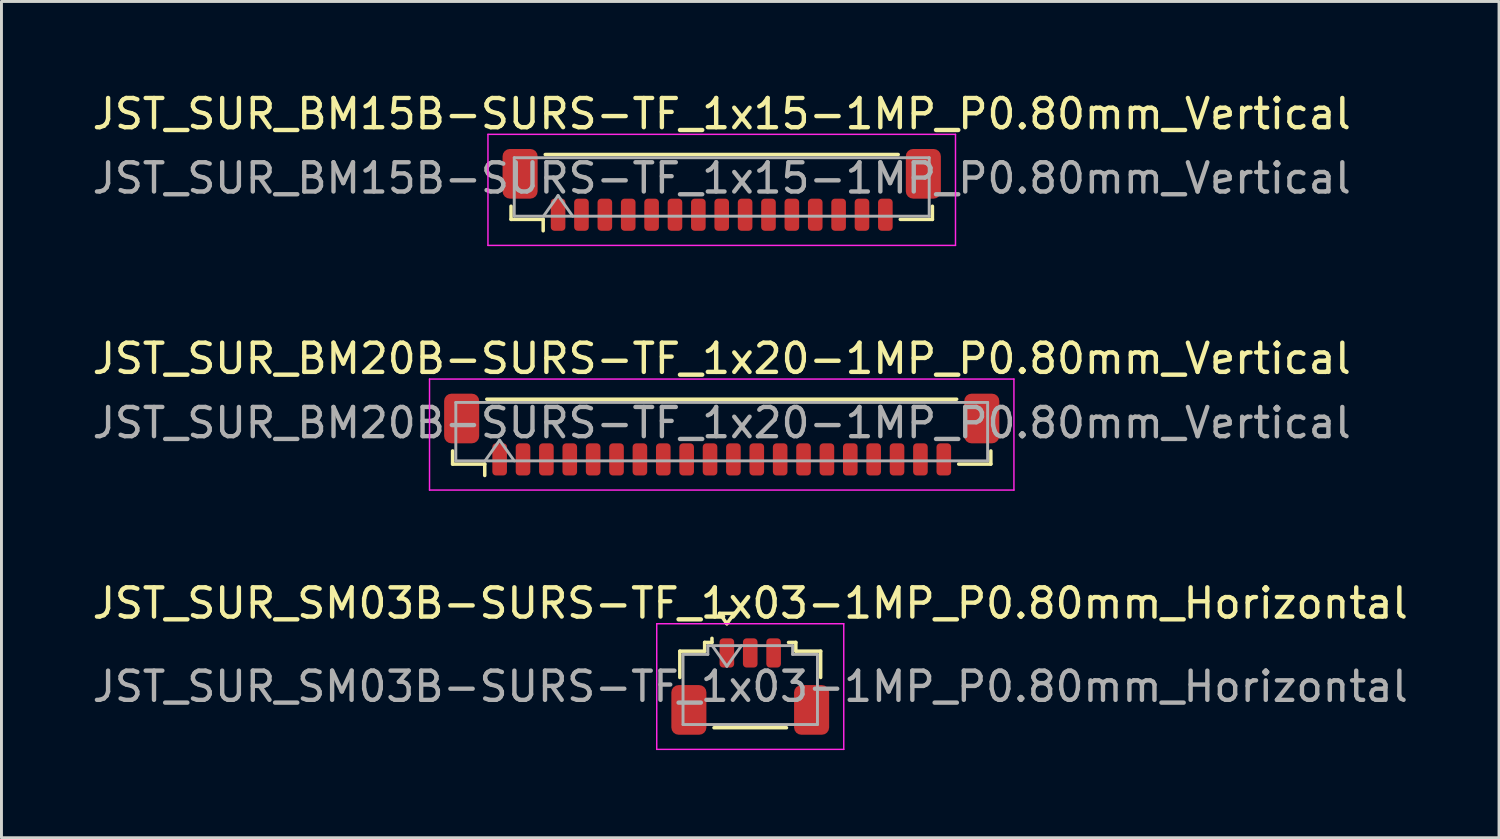
<source format=kicad_pcb>
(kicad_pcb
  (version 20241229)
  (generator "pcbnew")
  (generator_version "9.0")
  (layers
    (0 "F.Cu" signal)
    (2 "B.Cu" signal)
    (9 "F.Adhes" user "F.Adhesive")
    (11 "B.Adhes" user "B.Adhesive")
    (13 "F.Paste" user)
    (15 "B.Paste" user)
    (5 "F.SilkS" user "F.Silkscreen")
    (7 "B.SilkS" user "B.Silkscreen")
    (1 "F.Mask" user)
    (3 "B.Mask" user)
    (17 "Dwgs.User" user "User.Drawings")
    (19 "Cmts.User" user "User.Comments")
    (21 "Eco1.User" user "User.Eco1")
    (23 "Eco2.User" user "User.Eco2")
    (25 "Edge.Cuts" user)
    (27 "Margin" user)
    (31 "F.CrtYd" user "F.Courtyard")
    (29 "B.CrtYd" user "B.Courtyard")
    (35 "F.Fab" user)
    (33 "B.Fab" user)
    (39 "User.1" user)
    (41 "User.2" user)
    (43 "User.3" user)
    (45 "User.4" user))
  (footprint "JST_SUR_BM15B-SURS-TF_1x15-1MP_P0.80mm_Vertical"
    (layer "F.Cu")
    (at 21.649 3.448)
    (property "Reference" "JST_SUR_BM15B-SURS-TF_1x15-1MP_P0.80mm_Vertical" (at 0 -2.6 0) (layer "F.SilkS") (effects (font (size 1 1) (thickness 0.15))))
    (attr smd)
    (fp_line (start -7.21 0.56) (end -7.21 1.01) (stroke (width 0.12) (type solid)) (layer "F.SilkS"))
    (fp_line (start -7.21 1.01) (end -6.11 1.01) (stroke (width 0.12) (type solid)) (layer "F.SilkS"))
    (fp_line (start -6.11 1.01) (end -6.11 1.4) (stroke (width 0.12) (type solid)) (layer "F.SilkS"))
    (fp_line (start -6.04 -1.21) (end 6.04 -1.21) (stroke (width 0.12) (type solid)) (layer "F.SilkS"))
    (fp_line (start 7.21 0.56) (end 7.21 1.01) (stroke (width 0.12) (type solid)) (layer "F.SilkS"))
    (fp_line (start 7.21 1.01) (end 6.11 1.01) (stroke (width 0.12) (type solid)) (layer "F.SilkS"))
    (fp_line (start -8 -1.9) (end -8 1.9) (stroke (width 0.05) (type solid)) (layer "F.CrtYd"))
    (fp_line (start -8 1.9) (end 8 1.9) (stroke (width 0.05) (type solid)) (layer "F.CrtYd"))
    (fp_line (start 8 -1.9) (end -8 -1.9) (stroke (width 0.05) (type solid)) (layer "F.CrtYd"))
    (fp_line (start 8 1.9) (end 8 -1.9) (stroke (width 0.05) (type solid)) (layer "F.CrtYd"))
    (fp_line (start -7.1 -1.1) (end 7.1 -1.1) (stroke (width 0.1) (type solid)) (layer "F.Fab"))
    (fp_line (start -7.1 0.9) (end -7.1 -1.1) (stroke (width 0.1) (type solid)) (layer "F.Fab"))
    (fp_line (start -7.1 0.9) (end 7.1 0.9) (stroke (width 0.1) (type solid)) (layer "F.Fab"))
    (fp_line (start -6.1 0.9) (end -5.6 0.193) (stroke (width 0.1) (type solid)) (layer "F.Fab"))
    (fp_line (start -5.6 0.193) (end -5.1 0.9) (stroke (width 0.1) (type solid)) (layer "F.Fab"))
    (fp_line (start 7.1 0.9) (end 7.1 -1.1) (stroke (width 0.1) (type solid)) (layer "F.Fab"))
    (fp_text user "${REFERENCE}" (at 0 -0.4 0) (layer "F.Fab") (effects (font (size 1 1) (thickness 0.15))))
    (pad "1" smd roundrect (at -5.6 0.85) (size 0.5 1.1) (layers "F.Cu" "F.Mask" "F.Paste") (roundrect_rratio 0.25))
    (pad "2" smd roundrect (at -4.8 0.85) (size 0.5 1.1) (layers "F.Cu" "F.Mask" "F.Paste") (roundrect_rratio 0.25))
    (pad "3" smd roundrect (at -4 0.85) (size 0.5 1.1) (layers "F.Cu" "F.Mask" "F.Paste") (roundrect_rratio 0.25))
    (pad "4" smd roundrect (at -3.2 0.85) (size 0.5 1.1) (layers "F.Cu" "F.Mask" "F.Paste") (roundrect_rratio 0.25))
    (pad "5" smd roundrect (at -2.4 0.85) (size 0.5 1.1) (layers "F.Cu" "F.Mask" "F.Paste") (roundrect_rratio 0.25))
    (pad "6" smd roundrect (at -1.6 0.85) (size 0.5 1.1) (layers "F.Cu" "F.Mask" "F.Paste") (roundrect_rratio 0.25))
    (pad "7" smd roundrect (at -0.8 0.85) (size 0.5 1.1) (layers "F.Cu" "F.Mask" "F.Paste") (roundrect_rratio 0.25))
    (pad "8" smd roundrect (at 0 0.85) (size 0.5 1.1) (layers "F.Cu" "F.Mask" "F.Paste") (roundrect_rratio 0.25))
    (pad "9" smd roundrect (at 0.8 0.85) (size 0.5 1.1) (layers "F.Cu" "F.Mask" "F.Paste") (roundrect_rratio 0.25))
    (pad "10" smd roundrect (at 1.6 0.85) (size 0.5 1.1) (layers "F.Cu" "F.Mask" "F.Paste") (roundrect_rratio 0.25))
    (pad "11" smd roundrect (at 2.4 0.85) (size 0.5 1.1) (layers "F.Cu" "F.Mask" "F.Paste") (roundrect_rratio 0.25))
    (pad "12" smd roundrect (at 3.2 0.85) (size 0.5 1.1) (layers "F.Cu" "F.Mask" "F.Paste") (roundrect_rratio 0.25))
    (pad "13" smd roundrect (at 4 0.85) (size 0.5 1.1) (layers "F.Cu" "F.Mask" "F.Paste") (roundrect_rratio 0.25))
    (pad "14" smd roundrect (at 4.8 0.85) (size 0.5 1.1) (layers "F.Cu" "F.Mask" "F.Paste") (roundrect_rratio 0.25))
    (pad "15" smd roundrect (at 5.6 0.85) (size 0.5 1.1) (layers "F.Cu" "F.Mask" "F.Paste") (roundrect_rratio 0.25))
    (pad "MP" smd roundrect (at -6.9 -0.55) (size 1.2 1.7) (layers "F.Cu" "F.Mask" "F.Paste") (roundrect_rratio 0.208))
    (pad "MP" smd roundrect (at 6.9 -0.55) (size 1.2 1.7) (layers "F.Cu" "F.Mask" "F.Paste") (roundrect_rratio 0.208)))
  (footprint "JST_SUR_BM20B-SURS-TF_1x20-1MP_P0.80mm_Vertical"
    (layer "F.Cu")
    (at 21.649 11.822)
    (property "Reference" "JST_SUR_BM20B-SURS-TF_1x20-1MP_P0.80mm_Vertical" (at 0 -2.6 0) (layer "F.SilkS") (effects (font (size 1 1) (thickness 0.15))))
    (attr smd)
    (fp_line (start -9.21 0.56) (end -9.21 1.01) (stroke (width 0.12) (type solid)) (layer "F.SilkS"))
    (fp_line (start -9.21 1.01) (end -8.11 1.01) (stroke (width 0.12) (type solid)) (layer "F.SilkS"))
    (fp_line (start -8.11 1.01) (end -8.11 1.4) (stroke (width 0.12) (type solid)) (layer "F.SilkS"))
    (fp_line (start -8.04 -1.21) (end 8.04 -1.21) (stroke (width 0.12) (type solid)) (layer "F.SilkS"))
    (fp_line (start 9.21 0.56) (end 9.21 1.01) (stroke (width 0.12) (type solid)) (layer "F.SilkS"))
    (fp_line (start 9.21 1.01) (end 8.11 1.01) (stroke (width 0.12) (type solid)) (layer "F.SilkS"))
    (fp_line (start -10 -1.9) (end -10 1.9) (stroke (width 0.05) (type solid)) (layer "F.CrtYd"))
    (fp_line (start -10 1.9) (end 10 1.9) (stroke (width 0.05) (type solid)) (layer "F.CrtYd"))
    (fp_line (start 10 -1.9) (end -10 -1.9) (stroke (width 0.05) (type solid)) (layer "F.CrtYd"))
    (fp_line (start 10 1.9) (end 10 -1.9) (stroke (width 0.05) (type solid)) (layer "F.CrtYd"))
    (fp_line (start -9.1 -1.1) (end 9.1 -1.1) (stroke (width 0.1) (type solid)) (layer "F.Fab"))
    (fp_line (start -9.1 0.9) (end -9.1 -1.1) (stroke (width 0.1) (type solid)) (layer "F.Fab"))
    (fp_line (start -9.1 0.9) (end 9.1 0.9) (stroke (width 0.1) (type solid)) (layer "F.Fab"))
    (fp_line (start -8.1 0.9) (end -7.6 0.193) (stroke (width 0.1) (type solid)) (layer "F.Fab"))
    (fp_line (start -7.6 0.193) (end -7.1 0.9) (stroke (width 0.1) (type solid)) (layer "F.Fab"))
    (fp_line (start 9.1 0.9) (end 9.1 -1.1) (stroke (width 0.1) (type solid)) (layer "F.Fab"))
    (fp_text user "${REFERENCE}" (at 0 -0.4 0) (layer "F.Fab") (effects (font (size 1 1) (thickness 0.15))))
    (pad "1" smd roundrect (at -7.6 0.85) (size 0.5 1.1) (layers "F.Cu" "F.Mask" "F.Paste") (roundrect_rratio 0.25))
    (pad "2" smd roundrect (at -6.8 0.85) (size 0.5 1.1) (layers "F.Cu" "F.Mask" "F.Paste") (roundrect_rratio 0.25))
    (pad "3" smd roundrect (at -6 0.85) (size 0.5 1.1) (layers "F.Cu" "F.Mask" "F.Paste") (roundrect_rratio 0.25))
    (pad "4" smd roundrect (at -5.2 0.85) (size 0.5 1.1) (layers "F.Cu" "F.Mask" "F.Paste") (roundrect_rratio 0.25))
    (pad "5" smd roundrect (at -4.4 0.85) (size 0.5 1.1) (layers "F.Cu" "F.Mask" "F.Paste") (roundrect_rratio 0.25))
    (pad "6" smd roundrect (at -3.6 0.85) (size 0.5 1.1) (layers "F.Cu" "F.Mask" "F.Paste") (roundrect_rratio 0.25))
    (pad "7" smd roundrect (at -2.8 0.85) (size 0.5 1.1) (layers "F.Cu" "F.Mask" "F.Paste") (roundrect_rratio 0.25))
    (pad "8" smd roundrect (at -2 0.85) (size 0.5 1.1) (layers "F.Cu" "F.Mask" "F.Paste") (roundrect_rratio 0.25))
    (pad "9" smd roundrect (at -1.2 0.85) (size 0.5 1.1) (layers "F.Cu" "F.Mask" "F.Paste") (roundrect_rratio 0.25))
    (pad "10" smd roundrect (at -0.4 0.85) (size 0.5 1.1) (layers "F.Cu" "F.Mask" "F.Paste") (roundrect_rratio 0.25))
    (pad "11" smd roundrect (at 0.4 0.85) (size 0.5 1.1) (layers "F.Cu" "F.Mask" "F.Paste") (roundrect_rratio 0.25))
    (pad "12" smd roundrect (at 1.2 0.85) (size 0.5 1.1) (layers "F.Cu" "F.Mask" "F.Paste") (roundrect_rratio 0.25))
    (pad "13" smd roundrect (at 2 0.85) (size 0.5 1.1) (layers "F.Cu" "F.Mask" "F.Paste") (roundrect_rratio 0.25))
    (pad "14" smd roundrect (at 2.8 0.85) (size 0.5 1.1) (layers "F.Cu" "F.Mask" "F.Paste") (roundrect_rratio 0.25))
    (pad "15" smd roundrect (at 3.6 0.85) (size 0.5 1.1) (layers "F.Cu" "F.Mask" "F.Paste") (roundrect_rratio 0.25))
    (pad "16" smd roundrect (at 4.4 0.85) (size 0.5 1.1) (layers "F.Cu" "F.Mask" "F.Paste") (roundrect_rratio 0.25))
    (pad "17" smd roundrect (at 5.2 0.85) (size 0.5 1.1) (layers "F.Cu" "F.Mask" "F.Paste") (roundrect_rratio 0.25))
    (pad "18" smd roundrect (at 6 0.85) (size 0.5 1.1) (layers "F.Cu" "F.Mask" "F.Paste") (roundrect_rratio 0.25))
    (pad "19" smd roundrect (at 6.8 0.85) (size 0.5 1.1) (layers "F.Cu" "F.Mask" "F.Paste") (roundrect_rratio 0.25))
    (pad "20" smd roundrect (at 7.6 0.85) (size 0.5 1.1) (layers "F.Cu" "F.Mask" "F.Paste") (roundrect_rratio 0.25))
    (pad "MP" smd roundrect (at -8.9 -0.55) (size 1.2 1.7) (layers "F.Cu" "F.Mask" "F.Paste") (roundrect_rratio 0.208))
    (pad "MP" smd roundrect (at 8.9 -0.55) (size 1.2 1.7) (layers "F.Cu" "F.Mask" "F.Paste") (roundrect_rratio 0.208)))
  (footprint "JST_SUR_SM03B-SURS-TF_1x03-1MP_P0.80mm_Horizontal"
    (layer "F.Cu")
    (at 22.625 20.445)
    (property "Reference" "JST_SUR_SM03B-SURS-TF_1x03-1MP_P0.80mm_Horizontal" (at 0 -2.85 0) (layer "F.SilkS") (effects (font (size 1 1) (thickness 0.15))))
    (attr smd)
    (fp_line (start -2.41 -1.21) (end -1.56 -1.21) (stroke (width 0.12) (type solid)) (layer "F.SilkS"))
    (fp_line (start -2.41 -0.31) (end -2.41 -1.21) (stroke (width 0.12) (type solid)) (layer "F.SilkS"))
    (fp_line (start -1.56 -1.51) (end -1.31 -1.51) (stroke (width 0.12) (type solid)) (layer "F.SilkS"))
    (fp_line (start -1.56 -1.21) (end -1.56 -1.51) (stroke (width 0.12) (type solid)) (layer "F.SilkS"))
    (fp_line (start -1.31 -1.51) (end -1.31 -1.65) (stroke (width 0.12) (type solid)) (layer "F.SilkS"))
    (fp_line (start -1.24 1.41) (end 1.24 1.41) (stroke (width 0.12) (type solid)) (layer "F.SilkS"))
    (fp_line (start -1.05 -2.504) (end -0.8 -2.15) (stroke (width 0.12) (type solid)) (layer "F.SilkS"))
    (fp_line (start -0.8 -2.15) (end -0.55 -2.504) (stroke (width 0.12) (type solid)) (layer "F.SilkS"))
    (fp_line (start -0.55 -2.504) (end -1.05 -2.504) (stroke (width 0.12) (type solid)) (layer "F.SilkS"))
    (fp_line (start 1.56 -1.51) (end 1.31 -1.51) (stroke (width 0.12) (type solid)) (layer "F.SilkS"))
    (fp_line (start 1.56 -1.21) (end 1.56 -1.51) (stroke (width 0.12) (type solid)) (layer "F.SilkS"))
    (fp_line (start 2.41 -1.21) (end 1.56 -1.21) (stroke (width 0.12) (type solid)) (layer "F.SilkS"))
    (fp_line (start 2.41 -0.31) (end 2.41 -1.21) (stroke (width 0.12) (type solid)) (layer "F.SilkS"))
    (fp_line (start -3.2 -2.15) (end -3.2 2.15) (stroke (width 0.05) (type solid)) (layer "F.CrtYd"))
    (fp_line (start -3.2 2.15) (end 3.2 2.15) (stroke (width 0.05) (type solid)) (layer "F.CrtYd"))
    (fp_line (start 3.2 -2.15) (end -3.2 -2.15) (stroke (width 0.05) (type solid)) (layer "F.CrtYd"))
    (fp_line (start 3.2 2.15) (end 3.2 -2.15) (stroke (width 0.05) (type solid)) (layer "F.CrtYd"))
    (fp_line (start -2.3 -1.1) (end -2.3 1.3) (stroke (width 0.1) (type solid)) (layer "F.Fab"))
    (fp_line (start -2.3 -1.1) (end -1.45 -1.1) (stroke (width 0.1) (type solid)) (layer "F.Fab"))
    (fp_line (start -2.3 1.3) (end 2.3 1.3) (stroke (width 0.1) (type solid)) (layer "F.Fab"))
    (fp_line (start -1.45 -1.4) (end 1.45 -1.4) (stroke (width 0.1) (type solid)) (layer "F.Fab"))
    (fp_line (start -1.45 -1.1) (end -1.45 -1.4) (stroke (width 0.1) (type solid)) (layer "F.Fab"))
    (fp_line (start -1.3 -1.4) (end -0.8 -0.693) (stroke (width 0.1) (type solid)) (layer "F.Fab"))
    (fp_line (start -0.8 -0.693) (end -0.3 -1.4) (stroke (width 0.1) (type solid)) (layer "F.Fab"))
    (fp_line (start 1.45 -1.4) (end 1.45 -1.1) (stroke (width 0.1) (type solid)) (layer "F.Fab"))
    (fp_line (start 1.45 -1.1) (end 2.3 -1.1) (stroke (width 0.1) (type solid)) (layer "F.Fab"))
    (fp_line (start 2.3 -1.1) (end 2.3 1.3) (stroke (width 0.1) (type solid)) (layer "F.Fab"))
    (fp_text user "${REFERENCE}" (at 0 0 0) (layer "F.Fab") (effects (font (size 1 1) (thickness 0.15))))
    (pad "1" smd roundrect (at -0.8 -1.15) (size 0.5 1) (layers "F.Cu" "F.Mask" "F.Paste") (roundrect_rratio 0.25))
    (pad "2" smd roundrect (at 0 -1.15) (size 0.5 1) (layers "F.Cu" "F.Mask" "F.Paste") (roundrect_rratio 0.25))
    (pad "3" smd roundrect (at 0.8 -1.15) (size 0.5 1) (layers "F.Cu" "F.Mask" "F.Paste") (roundrect_rratio 0.25))
    (pad "MP" smd roundrect (at -2.1 0.8) (size 1.2 1.7) (layers "F.Cu" "F.Mask" "F.Paste") (roundrect_rratio 0.208))
    (pad "MP" smd roundrect (at 2.1 0.8) (size 1.2 1.7) (layers "F.Cu" "F.Mask" "F.Paste") (roundrect_rratio 0.208)))
  (gr_rect
    (start -3 -3)
    (end 48.25 25.62)
    (stroke (width 0.1) (type default))
    (fill no)
    (layer "Edge.Cuts")))
</source>
